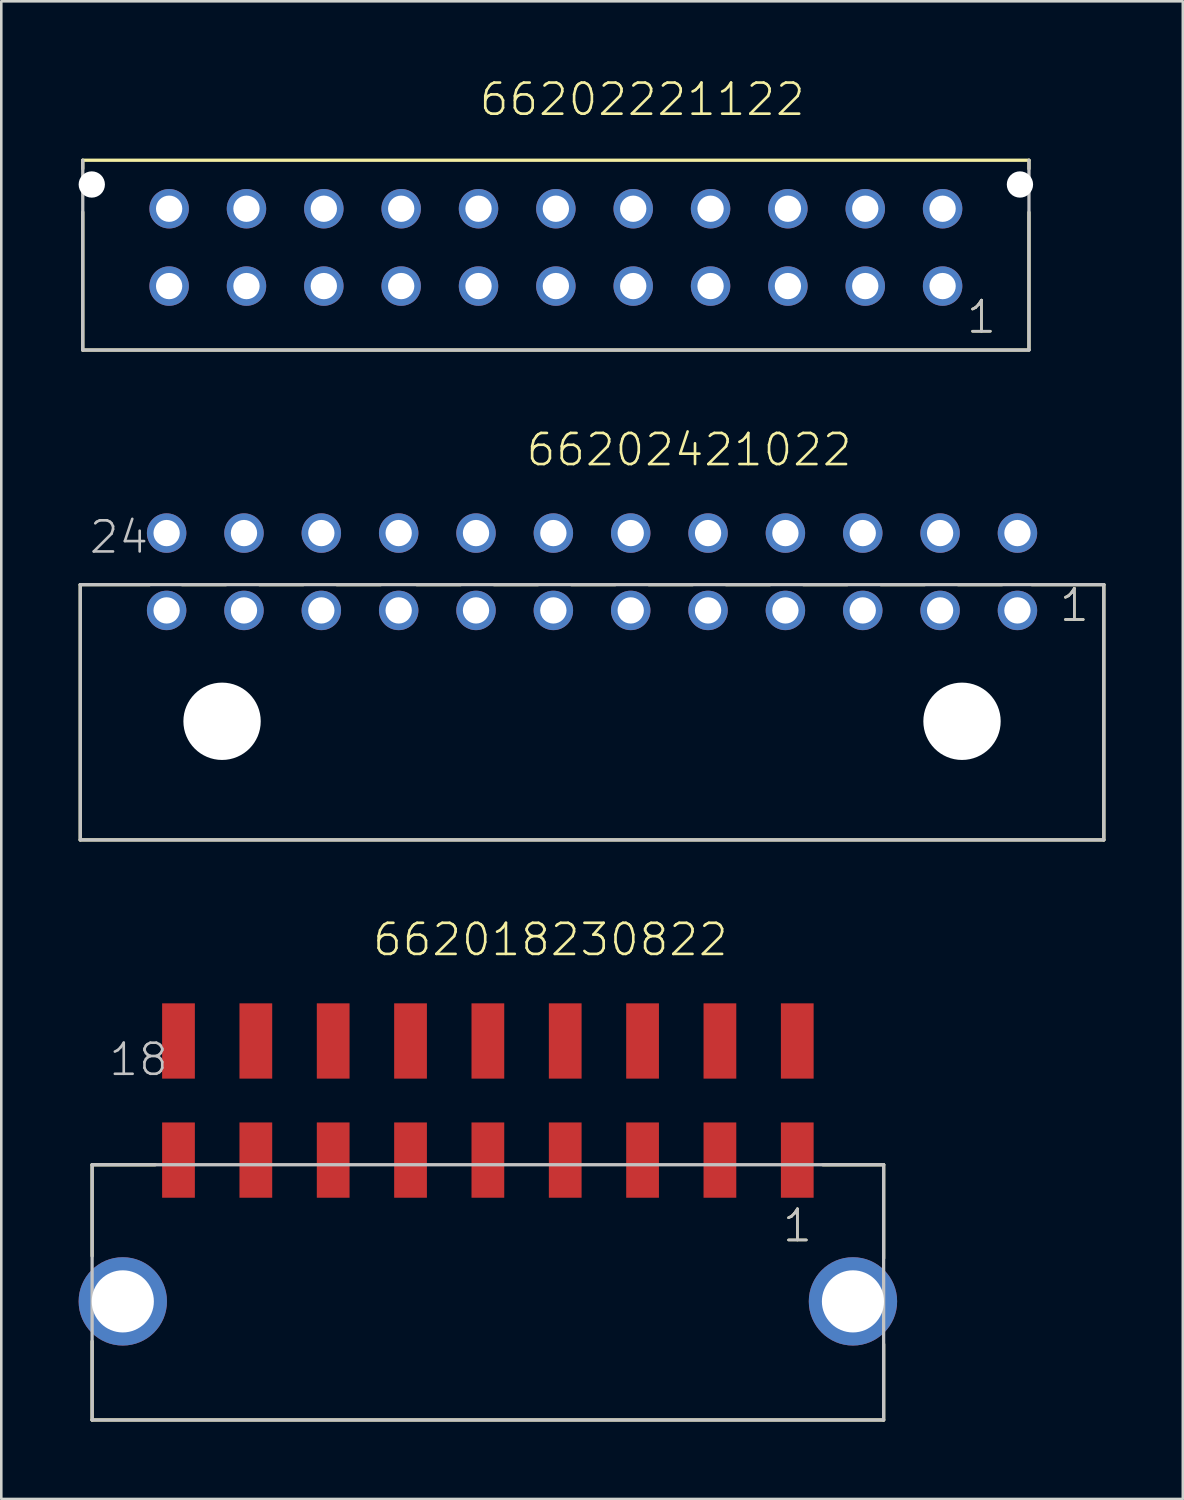
<source format=kicad_pcb>
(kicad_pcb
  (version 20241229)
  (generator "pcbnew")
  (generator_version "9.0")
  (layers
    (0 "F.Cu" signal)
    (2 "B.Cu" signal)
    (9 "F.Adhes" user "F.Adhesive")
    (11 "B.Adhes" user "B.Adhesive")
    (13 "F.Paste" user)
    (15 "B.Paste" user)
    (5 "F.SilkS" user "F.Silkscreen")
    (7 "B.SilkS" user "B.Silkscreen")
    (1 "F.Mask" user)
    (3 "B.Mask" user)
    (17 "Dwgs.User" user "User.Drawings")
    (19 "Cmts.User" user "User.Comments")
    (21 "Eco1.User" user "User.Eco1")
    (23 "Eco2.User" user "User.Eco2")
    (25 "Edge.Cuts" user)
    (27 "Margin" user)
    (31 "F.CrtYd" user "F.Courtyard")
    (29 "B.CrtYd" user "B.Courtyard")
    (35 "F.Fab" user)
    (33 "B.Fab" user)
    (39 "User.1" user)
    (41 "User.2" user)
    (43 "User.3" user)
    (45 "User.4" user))
  (footprint "662018230822"
    (layer "F.Cu")
    (at 15.873 47.426)
    (property "Reference" "662018230822" (at -4.535 -13.325 0) (layer "F.SilkS") (effects (font (size 1.206 1.206) (thickness 0.102)) (justify left bottom)))
    (attr through_hole)
    (fp_line (start -15.35 -5.3) (end -15.35 -1.76) (stroke (width 0.127) (type solid)) (layer "F.SilkS"))
    (fp_line (start -15.35 1.55) (end -15.35 4.6) (stroke (width 0.127) (type solid)) (layer "F.SilkS"))
    (fp_line (start -15.35 4.6) (end 15.35 4.6) (stroke (width 0.127) (type solid)) (layer "F.SilkS"))
    (fp_line (start -12.9 -5.3) (end -15.35 -5.3) (stroke (width 0.127) (type solid)) (layer "F.SilkS"))
    (fp_line (start 12.99 -5.3) (end 15.35 -5.3) (stroke (width 0.127) (type solid)) (layer "F.SilkS"))
    (fp_line (start 15.35 -5.3) (end 15.35 -1.67) (stroke (width 0.127) (type solid)) (layer "F.SilkS"))
    (fp_line (start 15.35 4.6) (end 15.35 1.66) (stroke (width 0.127) (type solid)) (layer "F.SilkS"))
    (fp_line (start -15.35 -5.3) (end 15.35 -5.3) (stroke (width 0.127) (type solid)) (layer "Dwgs.User"))
    (fp_line (start -15.35 4.6) (end -15.35 -5.3) (stroke (width 0.127) (type solid)) (layer "Dwgs.User"))
    (fp_line (start 15.35 -5.3) (end 15.35 4.6) (stroke (width 0.127) (type solid)) (layer "Dwgs.User"))
    (fp_line (start 15.35 4.6) (end -15.35 4.6) (stroke (width 0.127) (type solid)) (layer "Dwgs.User"))
    (fp_text user "1" (at 11.365 -2.23 0) (layer "F.SilkS") (effects (font (size 1.206 1.206) (thickness 0.102)) (justify left bottom)))
    (fp_text user "1" (at 11.365 -2.23 0) (layer "Dwgs.User") (effects (font (size 1.206 1.206) (thickness 0.102)) (justify left bottom)))
    (fp_text user "18" (at -14.765 -8.675 0) (layer "Dwgs.User") (effects (font (size 1.206 1.206) (thickness 0.102)) (justify left bottom)))
    (pad "1" smd rect (at 12 -5.48 90) (size 2.92 1.27) (layers "F.Cu" "F.Mask" "F.Paste"))
    (pad "2" smd rect (at 9 -5.48 90) (size 2.92 1.27) (layers "F.Cu" "F.Mask" "F.Paste"))
    (pad "3" smd rect (at 6 -5.48 90) (size 2.92 1.27) (layers "F.Cu" "F.Mask" "F.Paste"))
    (pad "4" smd rect (at 3 -5.48 90) (size 2.92 1.27) (layers "F.Cu" "F.Mask" "F.Paste"))
    (pad "5" smd rect (at 0 -5.48 90) (size 2.92 1.27) (layers "F.Cu" "F.Mask" "F.Paste"))
    (pad "6" smd rect (at -3 -5.48 90) (size 2.92 1.27) (layers "F.Cu" "F.Mask" "F.Paste"))
    (pad "7" smd rect (at -6 -5.48 90) (size 2.92 1.27) (layers "F.Cu" "F.Mask" "F.Paste"))
    (pad "8" smd rect (at -9 -5.48 90) (size 2.92 1.27) (layers "F.Cu" "F.Mask" "F.Paste"))
    (pad "9" smd rect (at -12 -5.48 90) (size 2.92 1.27) (layers "F.Cu" "F.Mask" "F.Paste"))
    (pad "10" smd rect (at 12 -10.1 90) (size 2.92 1.27) (layers "F.Cu" "F.Mask" "F.Paste"))
    (pad "11" smd rect (at 9 -10.1 90) (size 2.92 1.27) (layers "F.Cu" "F.Mask" "F.Paste"))
    (pad "12" smd rect (at 6 -10.1 90) (size 2.92 1.27) (layers "F.Cu" "F.Mask" "F.Paste"))
    (pad "13" smd rect (at 3 -10.1 90) (size 2.92 1.27) (layers "F.Cu" "F.Mask" "F.Paste"))
    (pad "14" smd rect (at 0 -10.1 90) (size 2.92 1.27) (layers "F.Cu" "F.Mask" "F.Paste"))
    (pad "15" smd rect (at -3 -10.1 90) (size 2.92 1.27) (layers "F.Cu" "F.Mask" "F.Paste"))
    (pad "16" smd rect (at -6 -10.1 90) (size 2.92 1.27) (layers "F.Cu" "F.Mask" "F.Paste"))
    (pad "17" smd rect (at -9 -10.1 90) (size 2.92 1.27) (layers "F.Cu" "F.Mask" "F.Paste"))
    (pad "18" smd rect (at -12 -10.1 90) (size 2.92 1.27) (layers "F.Cu" "F.Mask" "F.Paste"))
    (pad "Z1" thru_hole circle (at -14.16 0) (size 3.426 3.426) (drill 2.41) (layers "*.Cu" "*.Mask"))
    (pad "Z2" thru_hole circle (at 14.16 0) (size 3.426 3.426) (drill 2.41) (layers "*.Cu" "*.Mask")))
  (footprint "66202221122"
    (layer "F.Cu")
    (at 18.51 6.546)
    (property "Reference" "66202221122" (at -3.035 -5.035 0) (layer "F.SilkS") (effects (font (size 1.206 1.206) (thickness 0.102)) (justify left bottom)))
    (attr through_hole)
    (fp_line (start -18.35 -3.05) (end -18.35 -3.38) (stroke (width 0.127) (type solid)) (layer "F.SilkS"))
    (fp_line (start -18.35 -1.37) (end -18.35 3.98) (stroke (width 0.127) (type solid)) (layer "F.SilkS"))
    (fp_line (start -18.35 3.98) (end 18.35 3.98) (stroke (width 0.127) (type solid)) (layer "F.SilkS"))
    (fp_line (start 18.35 -3.38) (end -18.35 -3.38) (stroke (width 0.127) (type solid)) (layer "F.SilkS"))
    (fp_line (start 18.35 -3.05) (end 18.35 -3.38) (stroke (width 0.127) (type solid)) (layer "F.SilkS"))
    (fp_line (start 18.35 -1.36) (end 18.35 3.94) (stroke (width 0.127) (type solid)) (layer "F.SilkS"))
    (fp_line (start -18.35 -3.38) (end -18.35 3.98) (stroke (width 0.127) (type solid)) (layer "Dwgs.User"))
    (fp_line (start -18.35 3.98) (end 18.35 3.98) (stroke (width 0.127) (type solid)) (layer "Dwgs.User"))
    (fp_line (start 18.35 3.98) (end 18.35 -3.38) (stroke (width 0.127) (type solid)) (layer "Dwgs.User"))
    (fp_text user "1" (at 15.865 3.405 0) (layer "F.SilkS") (effects (font (size 1.206 1.206) (thickness 0.102)) (justify left bottom)))
    (fp_text user "1" (at 15.865 3.405 0) (layer "Dwgs.User") (effects (font (size 1.206 1.206) (thickness 0.102)) (justify left bottom)))
    (pad "" np_thru_hole circle (at -18 -2.44) (size 1.02 1.02) (drill 1.02) (layers "*.Cu"))
    (pad "" np_thru_hole circle (at 18 -2.44) (size 1.02 1.02) (drill 1.02) (layers "*.Cu"))
    (pad "1" thru_hole circle (at 15 1.5) (size 1.53 1.53) (drill 1.02) (layers "*.Cu" "*.Mask"))
    (pad "2" thru_hole circle (at 12 1.5) (size 1.53 1.53) (drill 1.02) (layers "*.Cu" "*.Mask"))
    (pad "3" thru_hole circle (at 9 1.5) (size 1.53 1.53) (drill 1.02) (layers "*.Cu" "*.Mask"))
    (pad "4" thru_hole circle (at 6 1.5) (size 1.53 1.53) (drill 1.02) (layers "*.Cu" "*.Mask"))
    (pad "5" thru_hole circle (at 3 1.5) (size 1.53 1.53) (drill 1.02) (layers "*.Cu" "*.Mask"))
    (pad "6" thru_hole circle (at 0 1.5) (size 1.53 1.53) (drill 1.02) (layers "*.Cu" "*.Mask"))
    (pad "7" thru_hole circle (at -3 1.5) (size 1.53 1.53) (drill 1.02) (layers "*.Cu" "*.Mask"))
    (pad "8" thru_hole circle (at -6 1.5) (size 1.53 1.53) (drill 1.02) (layers "*.Cu" "*.Mask"))
    (pad "9" thru_hole circle (at -9 1.5) (size 1.53 1.53) (drill 1.02) (layers "*.Cu" "*.Mask"))
    (pad "10" thru_hole circle (at -12 1.5) (size 1.53 1.53) (drill 1.02) (layers "*.Cu" "*.Mask"))
    (pad "11" thru_hole circle (at -15 1.5) (size 1.53 1.53) (drill 1.02) (layers "*.Cu" "*.Mask"))
    (pad "12" thru_hole circle (at 15 -1.5) (size 1.53 1.53) (drill 1.02) (layers "*.Cu" "*.Mask"))
    (pad "13" thru_hole circle (at 12 -1.5) (size 1.53 1.53) (drill 1.02) (layers "*.Cu" "*.Mask"))
    (pad "14" thru_hole circle (at 9 -1.5) (size 1.53 1.53) (drill 1.02) (layers "*.Cu" "*.Mask"))
    (pad "15" thru_hole circle (at 6 -1.5) (size 1.53 1.53) (drill 1.02) (layers "*.Cu" "*.Mask"))
    (pad "16" thru_hole circle (at 3 -1.5) (size 1.53 1.53) (drill 1.02) (layers "*.Cu" "*.Mask"))
    (pad "17" thru_hole circle (at 0 -1.5) (size 1.53 1.53) (drill 1.02) (layers "*.Cu" "*.Mask"))
    (pad "18" thru_hole circle (at -3 -1.5) (size 1.53 1.53) (drill 1.02) (layers "*.Cu" "*.Mask"))
    (pad "19" thru_hole circle (at -6 -1.5) (size 1.53 1.53) (drill 1.02) (layers "*.Cu" "*.Mask"))
    (pad "20" thru_hole circle (at -9 -1.5) (size 1.53 1.53) (drill 1.02) (layers "*.Cu" "*.Mask"))
    (pad "21" thru_hole circle (at -12 -1.5) (size 1.53 1.53) (drill 1.02) (layers "*.Cu" "*.Mask"))
    (pad "22" thru_hole circle (at -15 -1.5) (size 1.53 1.53) (drill 1.02) (layers "*.Cu" "*.Mask")))
  (footprint "66202421022"
    (layer "F.Cu")
    (at 19.913 24.926)
    (property "Reference" "66202421022" (at -2.62 -9.825 0) (layer "F.SilkS") (effects (font (size 1.206 1.206) (thickness 0.102)) (justify left bottom)))
    (attr through_hole)
    (fp_line (start -19.85 4.6) (end -19.85 -5.3) (stroke (width 0.127) (type solid)) (layer "F.SilkS"))
    (fp_line (start -17.16 -5.3) (end -19.85 -5.3) (stroke (width 0.127) (type solid)) (layer "F.SilkS"))
    (fp_line (start -15.9 -5.3) (end -14.2 -5.3) (stroke (width 0.127) (type solid)) (layer "F.SilkS"))
    (fp_line (start -12.9 -5.3) (end -11.2 -5.3) (stroke (width 0.127) (type solid)) (layer "F.SilkS"))
    (fp_line (start -9.9 -5.3) (end -8.2 -5.3) (stroke (width 0.127) (type solid)) (layer "F.SilkS"))
    (fp_line (start -6.8 -5.3) (end -5.1 -5.3) (stroke (width 0.127) (type solid)) (layer "F.SilkS"))
    (fp_line (start -3.8 -5.3) (end -2.1 -5.3) (stroke (width 0.127) (type solid)) (layer "F.SilkS"))
    (fp_line (start -0.8 -5.3) (end 0.9 -5.3) (stroke (width 0.127) (type solid)) (layer "F.SilkS"))
    (fp_line (start 2.2 -5.3) (end 3.9 -5.3) (stroke (width 0.127) (type solid)) (layer "F.SilkS"))
    (fp_line (start 5.2 -5.3) (end 6.9 -5.3) (stroke (width 0.127) (type solid)) (layer "F.SilkS"))
    (fp_line (start 8.2 -5.3) (end 9.9 -5.3) (stroke (width 0.127) (type solid)) (layer "F.SilkS"))
    (fp_line (start 11.2 -5.3) (end 12.9 -5.3) (stroke (width 0.127) (type solid)) (layer "F.SilkS"))
    (fp_line (start 14.2 -5.3) (end 15.9 -5.3) (stroke (width 0.127) (type solid)) (layer "F.SilkS"))
    (fp_line (start 17.06 -5.3) (end 19.85 -5.3) (stroke (width 0.127) (type solid)) (layer "F.SilkS"))
    (fp_line (start 19.85 -5.3) (end 19.85 4.6) (stroke (width 0.127) (type solid)) (layer "F.SilkS"))
    (fp_line (start 19.85 4.6) (end -19.85 4.6) (stroke (width 0.127) (type solid)) (layer "F.SilkS"))
    (fp_line (start -19.85 -5.3) (end 19.85 -5.3) (stroke (width 0.127) (type solid)) (layer "Dwgs.User"))
    (fp_line (start -19.85 4.6) (end -19.85 -5.3) (stroke (width 0.127) (type solid)) (layer "Dwgs.User"))
    (fp_line (start 19.85 -5.3) (end 19.85 4.6) (stroke (width 0.127) (type solid)) (layer "Dwgs.User"))
    (fp_line (start 19.85 4.6) (end -19.85 4.6) (stroke (width 0.127) (type solid)) (layer "Dwgs.User"))
    (fp_text user "1" (at 18.065 -3.795 0) (layer "F.SilkS") (effects (font (size 1.206 1.206) (thickness 0.102)) (justify left bottom)))
    (fp_text user "24" (at -19.565 -6.435 0) (layer "Dwgs.User") (effects (font (size 1.206 1.206) (thickness 0.102)) (justify left bottom)))
    (fp_text user "1" (at 18.065 -3.795 0) (layer "Dwgs.User") (effects (font (size 1.206 1.206) (thickness 0.102)) (justify left bottom)))
    (pad "" np_thru_hole circle (at -14.35 0) (size 3 3) (drill 3) (layers "*.Cu"))
    (pad "" np_thru_hole circle (at 14.35 0) (size 3 3) (drill 3) (layers "*.Cu"))
    (pad "1" thru_hole circle (at 16.5 -4.3) (size 1.53 1.53) (drill 1.02) (layers "*.Cu" "*.Mask"))
    (pad "2" thru_hole circle (at 13.5 -4.3) (size 1.53 1.53) (drill 1.02) (layers "*.Cu" "*.Mask"))
    (pad "3" thru_hole circle (at 10.5 -4.3) (size 1.53 1.53) (drill 1.02) (layers "*.Cu" "*.Mask"))
    (pad "4" thru_hole circle (at 7.5 -4.3) (size 1.53 1.53) (drill 1.02) (layers "*.Cu" "*.Mask"))
    (pad "5" thru_hole circle (at 4.5 -4.3) (size 1.53 1.53) (drill 1.02) (layers "*.Cu" "*.Mask"))
    (pad "6" thru_hole circle (at 1.5 -4.3) (size 1.53 1.53) (drill 1.02) (layers "*.Cu" "*.Mask"))
    (pad "7" thru_hole circle (at -1.5 -4.3) (size 1.53 1.53) (drill 1.02) (layers "*.Cu" "*.Mask"))
    (pad "8" thru_hole circle (at -4.5 -4.3) (size 1.53 1.53) (drill 1.02) (layers "*.Cu" "*.Mask"))
    (pad "9" thru_hole circle (at -7.5 -4.3) (size 1.53 1.53) (drill 1.02) (layers "*.Cu" "*.Mask"))
    (pad "10" thru_hole circle (at -10.5 -4.3) (size 1.53 1.53) (drill 1.02) (layers "*.Cu" "*.Mask"))
    (pad "11" thru_hole circle (at -13.5 -4.3) (size 1.53 1.53) (drill 1.02) (layers "*.Cu" "*.Mask"))
    (pad "12" thru_hole circle (at -16.5 -4.3) (size 1.53 1.53) (drill 1.02) (layers "*.Cu" "*.Mask"))
    (pad "13" thru_hole circle (at 16.5 -7.3) (size 1.53 1.53) (drill 1.02) (layers "*.Cu" "*.Mask"))
    (pad "14" thru_hole circle (at 13.5 -7.3) (size 1.53 1.53) (drill 1.02) (layers "*.Cu" "*.Mask"))
    (pad "15" thru_hole circle (at 10.5 -7.3) (size 1.53 1.53) (drill 1.02) (layers "*.Cu" "*.Mask"))
    (pad "16" thru_hole circle (at 7.5 -7.3) (size 1.53 1.53) (drill 1.02) (layers "*.Cu" "*.Mask"))
    (pad "17" thru_hole circle (at 4.5 -7.3) (size 1.53 1.53) (drill 1.02) (layers "*.Cu" "*.Mask"))
    (pad "18" thru_hole circle (at 1.5 -7.3) (size 1.53 1.53) (drill 1.02) (layers "*.Cu" "*.Mask"))
    (pad "19" thru_hole circle (at -1.5 -7.3) (size 1.53 1.53) (drill 1.02) (layers "*.Cu" "*.Mask"))
    (pad "20" thru_hole circle (at -4.5 -7.3) (size 1.53 1.53) (drill 1.02) (layers "*.Cu" "*.Mask"))
    (pad "21" thru_hole circle (at -7.5 -7.3) (size 1.53 1.53) (drill 1.02) (layers "*.Cu" "*.Mask"))
    (pad "22" thru_hole circle (at -10.5 -7.3) (size 1.53 1.53) (drill 1.02) (layers "*.Cu" "*.Mask"))
    (pad "23" thru_hole circle (at -13.5 -7.3) (size 1.53 1.53) (drill 1.02) (layers "*.Cu" "*.Mask"))
    (pad "24" thru_hole circle (at -16.5 -7.3) (size 1.53 1.53) (drill 1.02) (layers "*.Cu" "*.Mask")))
  (gr_rect
    (start -3 -3)
    (end 42.827 55.089)
    (stroke (width 0.1) (type default))
    (fill no)
    (layer "Edge.Cuts")))
</source>
